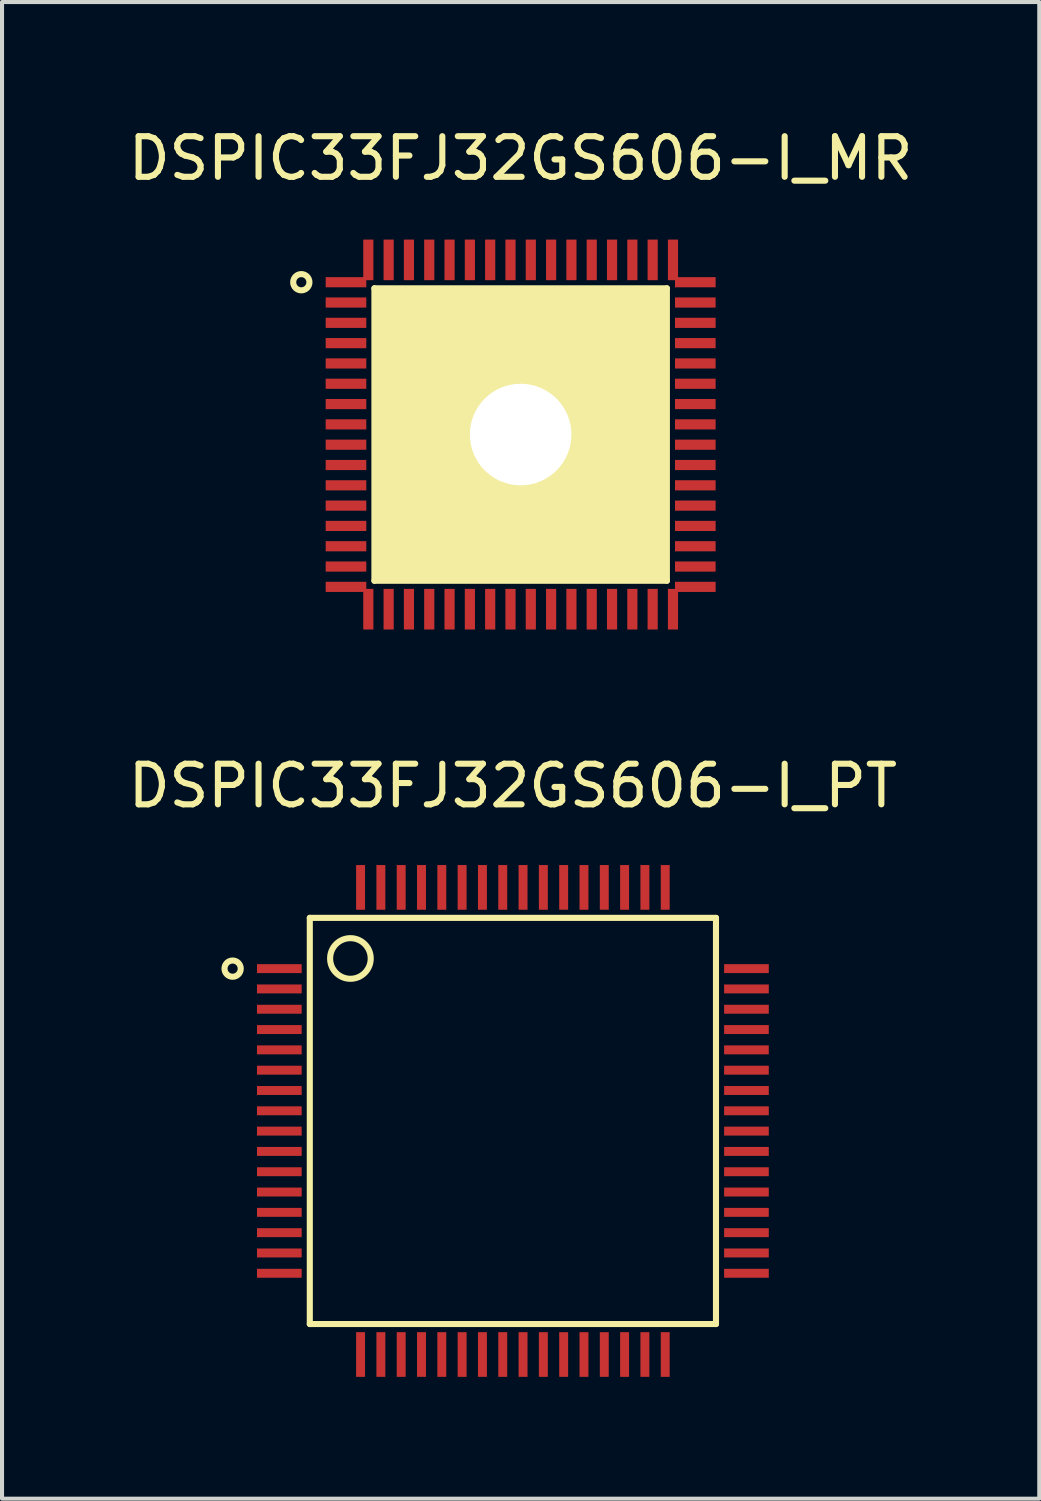
<source format=kicad_pcb>
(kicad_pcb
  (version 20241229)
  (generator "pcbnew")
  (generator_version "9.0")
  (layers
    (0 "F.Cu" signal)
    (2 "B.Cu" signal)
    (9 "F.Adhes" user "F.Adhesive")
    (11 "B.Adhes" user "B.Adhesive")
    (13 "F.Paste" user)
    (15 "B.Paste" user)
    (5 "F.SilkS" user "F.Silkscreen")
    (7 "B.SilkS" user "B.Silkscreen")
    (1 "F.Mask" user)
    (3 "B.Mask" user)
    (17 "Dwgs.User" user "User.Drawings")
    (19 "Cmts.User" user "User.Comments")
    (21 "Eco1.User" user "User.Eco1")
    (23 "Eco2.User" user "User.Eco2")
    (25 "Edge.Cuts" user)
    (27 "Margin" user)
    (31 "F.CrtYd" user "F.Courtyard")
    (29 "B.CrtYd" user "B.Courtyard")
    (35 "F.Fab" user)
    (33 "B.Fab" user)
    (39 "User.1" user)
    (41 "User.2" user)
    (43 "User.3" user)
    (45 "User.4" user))
  (footprint "DSPIC33FJ32GS606-I_PT"
    (layer "F.Cu")
    (at 3.827 18.797)
    (property "Reference" "DSPIC33FJ32GS606-I_PT" (at 5.75 -2.5 0) (layer "F.SilkS") (effects (font (size 1 1) (thickness 0.15))))
    (attr through_hole)
    (fp_line (start 0.75 0.75) (end 0.75 10.75) (stroke (width 0.15) (type solid)) (layer "F.SilkS"))
    (fp_line (start 0.75 0.75) (end 10.75 0.75) (stroke (width 0.15) (type solid)) (layer "F.SilkS"))
    (fp_line (start 0.75 10.75) (end 10.75 10.75) (stroke (width 0.15) (type solid)) (layer "F.SilkS"))
    (fp_line (start 10.75 10.75) (end 10.75 0.75) (stroke (width 0.15) (type solid)) (layer "F.SilkS"))
    (fp_circle (center -1.15 2) (end -1.15 1.8) (stroke (width 0.15) (type solid)) (fill no) (layer "F.SilkS"))
    (fp_circle (center 1.75 1.75) (end 1.75 1.25) (stroke (width 0.15) (type solid)) (fill no) (layer "F.SilkS"))
    (pad "1" smd rect (at 0 2) (size 1.1 0.22) (layers "F.Cu" "F.Mask" "F.Paste"))
    (pad "2" smd rect (at 0 2.5) (size 1.1 0.22) (layers "F.Cu" "F.Mask" "F.Paste"))
    (pad "3" smd rect (at 0 3) (size 1.1 0.22) (layers "F.Cu" "F.Mask" "F.Paste"))
    (pad "4" smd rect (at 0 3.5) (size 1.1 0.22) (layers "F.Cu" "F.Mask" "F.Paste"))
    (pad "5" smd rect (at 0 4) (size 1.1 0.22) (layers "F.Cu" "F.Mask" "F.Paste"))
    (pad "6" smd rect (at 0 4.5) (size 1.1 0.22) (layers "F.Cu" "F.Mask" "F.Paste"))
    (pad "7" smd rect (at 0 5) (size 1.1 0.22) (layers "F.Cu" "F.Mask" "F.Paste"))
    (pad "8" smd rect (at 0 5.5) (size 1.1 0.22) (layers "F.Cu" "F.Mask" "F.Paste"))
    (pad "9" smd rect (at 0 6) (size 1.1 0.22) (layers "F.Cu" "F.Mask" "F.Paste"))
    (pad "10" smd rect (at 0 6.5) (size 1.1 0.22) (layers "F.Cu" "F.Mask" "F.Paste"))
    (pad "11" smd rect (at 0 7) (size 1.1 0.22) (layers "F.Cu" "F.Mask" "F.Paste"))
    (pad "12" smd rect (at 0 7.5) (size 1.1 0.22) (layers "F.Cu" "F.Mask" "F.Paste"))
    (pad "13" smd rect (at 0 8) (size 1.1 0.22) (layers "F.Cu" "F.Mask" "F.Paste"))
    (pad "14" smd rect (at 0 8.5) (size 1.1 0.22) (layers "F.Cu" "F.Mask" "F.Paste"))
    (pad "15" smd rect (at 0 9) (size 1.1 0.22) (layers "F.Cu" "F.Mask" "F.Paste"))
    (pad "16" smd rect (at 0 9.5) (size 1.1 0.22) (layers "F.Cu" "F.Mask" "F.Paste"))
    (pad "17" smd rect (at 2 11.5) (size 0.22 1.1) (layers "F.Cu" "F.Mask" "F.Paste"))
    (pad "18" smd rect (at 2.5 11.5) (size 0.22 1.1) (layers "F.Cu" "F.Mask" "F.Paste"))
    (pad "19" smd rect (at 3 11.5) (size 0.22 1.1) (layers "F.Cu" "F.Mask" "F.Paste"))
    (pad "20" smd rect (at 3.5 11.5) (size 0.22 1.1) (layers "F.Cu" "F.Mask" "F.Paste"))
    (pad "21" smd rect (at 4 11.5) (size 0.22 1.1) (layers "F.Cu" "F.Mask" "F.Paste"))
    (pad "22" smd rect (at 4.5 11.5) (size 0.22 1.1) (layers "F.Cu" "F.Mask" "F.Paste"))
    (pad "23" smd rect (at 5 11.5) (size 0.22 1.1) (layers "F.Cu" "F.Mask" "F.Paste"))
    (pad "24" smd rect (at 5.5 11.5) (size 0.22 1.1) (layers "F.Cu" "F.Mask" "F.Paste"))
    (pad "25" smd rect (at 6 11.5) (size 0.22 1.1) (layers "F.Cu" "F.Mask" "F.Paste"))
    (pad "26" smd rect (at 6.5 11.5) (size 0.22 1.1) (layers "F.Cu" "F.Mask" "F.Paste"))
    (pad "27" smd rect (at 7 11.5) (size 0.22 1.1) (layers "F.Cu" "F.Mask" "F.Paste"))
    (pad "28" smd rect (at 7.5 11.5) (size 0.22 1.1) (layers "F.Cu" "F.Mask" "F.Paste"))
    (pad "29" smd rect (at 8 11.5) (size 0.22 1.1) (layers "F.Cu" "F.Mask" "F.Paste"))
    (pad "30" smd rect (at 8.5 11.5) (size 0.22 1.1) (layers "F.Cu" "F.Mask" "F.Paste"))
    (pad "31" smd rect (at 9 11.5) (size 0.22 1.1) (layers "F.Cu" "F.Mask" "F.Paste"))
    (pad "32" smd rect (at 9.5 11.5) (size 0.22 1.1) (layers "F.Cu" "F.Mask" "F.Paste"))
    (pad "33" smd rect (at 11.5 9.5) (size 1.1 0.22) (layers "F.Cu" "F.Mask" "F.Paste"))
    (pad "34" smd rect (at 11.5 9) (size 1.1 0.22) (layers "F.Cu" "F.Mask" "F.Paste"))
    (pad "35" smd rect (at 11.5 8.5) (size 1.1 0.22) (layers "F.Cu" "F.Mask" "F.Paste"))
    (pad "36" smd rect (at 11.5 8) (size 1.1 0.22) (layers "F.Cu" "F.Mask" "F.Paste"))
    (pad "37" smd rect (at 11.5 7.5) (size 1.1 0.22) (layers "F.Cu" "F.Mask" "F.Paste"))
    (pad "38" smd rect (at 11.5 7) (size 1.1 0.22) (layers "F.Cu" "F.Mask" "F.Paste"))
    (pad "39" smd rect (at 11.5 6.5) (size 1.1 0.22) (layers "F.Cu" "F.Mask" "F.Paste"))
    (pad "40" smd rect (at 11.5 6) (size 1.1 0.22) (layers "F.Cu" "F.Mask" "F.Paste"))
    (pad "41" smd rect (at 11.5 5.5) (size 1.1 0.22) (layers "F.Cu" "F.Mask" "F.Paste"))
    (pad "42" smd rect (at 11.5 5) (size 1.1 0.22) (layers "F.Cu" "F.Mask" "F.Paste"))
    (pad "43" smd rect (at 11.5 4.5) (size 1.1 0.22) (layers "F.Cu" "F.Mask" "F.Paste"))
    (pad "44" smd rect (at 11.5 4) (size 1.1 0.22) (layers "F.Cu" "F.Mask" "F.Paste"))
    (pad "45" smd rect (at 11.5 3.5) (size 1.1 0.22) (layers "F.Cu" "F.Mask" "F.Paste"))
    (pad "46" smd rect (at 11.5 3) (size 1.1 0.22) (layers "F.Cu" "F.Mask" "F.Paste"))
    (pad "47" smd rect (at 11.5 2.5) (size 1.1 0.22) (layers "F.Cu" "F.Mask" "F.Paste"))
    (pad "48" smd rect (at 11.5 2) (size 1.1 0.22) (layers "F.Cu" "F.Mask" "F.Paste"))
    (pad "49" smd rect (at 9.5 0) (size 0.22 1.1) (layers "F.Cu" "F.Mask" "F.Paste"))
    (pad "50" smd rect (at 9 0) (size 0.22 1.1) (layers "F.Cu" "F.Mask" "F.Paste"))
    (pad "51" smd rect (at 8.5 0) (size 0.22 1.1) (layers "F.Cu" "F.Mask" "F.Paste"))
    (pad "52" smd rect (at 8 0) (size 0.22 1.1) (layers "F.Cu" "F.Mask" "F.Paste"))
    (pad "53" smd rect (at 7.5 0) (size 0.22 1.1) (layers "F.Cu" "F.Mask" "F.Paste"))
    (pad "54" smd rect (at 7 0) (size 0.22 1.1) (layers "F.Cu" "F.Mask" "F.Paste"))
    (pad "55" smd rect (at 6.5 0) (size 0.22 1.1) (layers "F.Cu" "F.Mask" "F.Paste"))
    (pad "56" smd rect (at 6 0) (size 0.22 1.1) (layers "F.Cu" "F.Mask" "F.Paste"))
    (pad "57" smd rect (at 5.5 0) (size 0.22 1.1) (layers "F.Cu" "F.Mask" "F.Paste"))
    (pad "58" smd rect (at 5 0) (size 0.22 1.1) (layers "F.Cu" "F.Mask" "F.Paste"))
    (pad "59" smd rect (at 4.5 0) (size 0.22 1.1) (layers "F.Cu" "F.Mask" "F.Paste"))
    (pad "60" smd rect (at 4 0) (size 0.22 1.1) (layers "F.Cu" "F.Mask" "F.Paste"))
    (pad "61" smd rect (at 3.5 0) (size 0.22 1.1) (layers "F.Cu" "F.Mask" "F.Paste"))
    (pad "62" smd rect (at 3 0) (size 0.22 1.1) (layers "F.Cu" "F.Mask" "F.Paste"))
    (pad "63" smd rect (at 2.5 0) (size 0.22 1.1) (layers "F.Cu" "F.Mask" "F.Paste"))
    (pad "64" smd rect (at 2 0) (size 0.22 1.1) (layers "F.Cu" "F.Mask" "F.Paste")))
  (footprint "DSPIC33FJ32GS606-I_MR"
    (layer "F.Cu")
    (at 5.468 3.348)
    (property "Reference" "DSPIC33FJ32GS606-I_MR" (at 4.3 -2.5 0) (layer "F.SilkS") (effects (font (size 1 1) (thickness 0.15))))
    (attr through_hole)
    (fp_line (start 0.7 0.7) (end 0.7 7.9) (stroke (width 0.15) (type solid)) (layer "F.SilkS"))
    (fp_line (start 0.7 0.7) (end 7.9 0.7) (stroke (width 0.15) (type solid)) (layer "F.SilkS"))
    (fp_line (start 0.7 7.9) (end 7.9 7.9) (stroke (width 0.15) (type solid)) (layer "F.SilkS"))
    (fp_line (start 7.9 7.9) (end 7.9 0.7) (stroke (width 0.15) (type solid)) (layer "F.SilkS"))
    (fp_circle (center -1.1 0.55) (end -1.1 0.35) (stroke (width 0.15) (type solid)) (fill no) (layer "F.SilkS"))
    (fp_circle (center 1.7 1.7) (end 1.7 1.2) (stroke (width 0.15) (type solid)) (fill no) (layer "F.SilkS"))
    (pad "1" smd rect (at 0 0.55) (size 1 0.25) (layers "F.Cu" "F.Mask" "F.Paste"))
    (pad "2" smd rect (at 0 1.05) (size 1 0.25) (layers "F.Cu" "F.Mask" "F.Paste"))
    (pad "3" smd rect (at 0 1.55) (size 1 0.25) (layers "F.Cu" "F.Mask" "F.Paste"))
    (pad "4" smd rect (at 0 2.05) (size 1 0.25) (layers "F.Cu" "F.Mask" "F.Paste"))
    (pad "5" smd rect (at 0 2.55) (size 1 0.25) (layers "F.Cu" "F.Mask" "F.Paste"))
    (pad "6" smd rect (at 0 3.05) (size 1 0.25) (layers "F.Cu" "F.Mask" "F.Paste"))
    (pad "7" smd rect (at 0 3.55) (size 1 0.25) (layers "F.Cu" "F.Mask" "F.Paste"))
    (pad "8" smd rect (at 0 4.05) (size 1 0.25) (layers "F.Cu" "F.Mask" "F.Paste"))
    (pad "9" smd rect (at 0 4.55) (size 1 0.25) (layers "F.Cu" "F.Mask" "F.Paste"))
    (pad "10" smd rect (at 0 5.05) (size 1 0.25) (layers "F.Cu" "F.Mask" "F.Paste"))
    (pad "11" smd rect (at 0 5.55) (size 1 0.25) (layers "F.Cu" "F.Mask" "F.Paste"))
    (pad "12" smd rect (at 0 6.05) (size 1 0.25) (layers "F.Cu" "F.Mask" "F.Paste"))
    (pad "13" smd rect (at 0 6.55) (size 1 0.25) (layers "F.Cu" "F.Mask" "F.Paste"))
    (pad "14" smd rect (at 0 7.05) (size 1 0.25) (layers "F.Cu" "F.Mask" "F.Paste"))
    (pad "15" smd rect (at 0 7.55) (size 1 0.25) (layers "F.Cu" "F.Mask" "F.Paste"))
    (pad "16" smd rect (at 0 8.05) (size 1 0.25) (layers "F.Cu" "F.Mask" "F.Paste"))
    (pad "17" smd rect (at 0.55 8.6) (size 0.25 1) (layers "F.Cu" "F.Mask" "F.Paste"))
    (pad "18" smd rect (at 1.05 8.6) (size 0.25 1) (layers "F.Cu" "F.Mask" "F.Paste"))
    (pad "19" smd rect (at 1.55 8.6) (size 0.25 1) (layers "F.Cu" "F.Mask" "F.Paste"))
    (pad "20" smd rect (at 2.05 8.6) (size 0.25 1) (layers "F.Cu" "F.Mask" "F.Paste"))
    (pad "21" smd rect (at 2.55 8.6) (size 0.25 1) (layers "F.Cu" "F.Mask" "F.Paste"))
    (pad "22" smd rect (at 3.05 8.6) (size 0.25 1) (layers "F.Cu" "F.Mask" "F.Paste"))
    (pad "23" smd rect (at 3.55 8.6) (size 0.25 1) (layers "F.Cu" "F.Mask" "F.Paste"))
    (pad "24" smd rect (at 4.05 8.6) (size 0.25 1) (layers "F.Cu" "F.Mask" "F.Paste"))
    (pad "25" smd rect (at 4.55 8.6) (size 0.25 1) (layers "F.Cu" "F.Mask" "F.Paste"))
    (pad "26" smd rect (at 5.05 8.6) (size 0.25 1) (layers "F.Cu" "F.Mask" "F.Paste"))
    (pad "27" smd rect (at 5.55 8.6) (size 0.25 1) (layers "F.Cu" "F.Mask" "F.Paste"))
    (pad "28" smd rect (at 6.05 8.6) (size 0.25 1) (layers "F.Cu" "F.Mask" "F.Paste"))
    (pad "29" smd rect (at 6.55 8.6) (size 0.25 1) (layers "F.Cu" "F.Mask" "F.Paste"))
    (pad "30" smd rect (at 7.05 8.6) (size 0.25 1) (layers "F.Cu" "F.Mask" "F.Paste"))
    (pad "31" smd rect (at 7.55 8.6) (size 0.25 1) (layers "F.Cu" "F.Mask" "F.Paste"))
    (pad "32" smd rect (at 8.05 8.6) (size 0.25 1) (layers "F.Cu" "F.Mask" "F.Paste"))
    (pad "33" smd rect (at 8.6 8.05) (size 1 0.25) (layers "F.Cu" "F.Mask" "F.Paste"))
    (pad "34" smd rect (at 8.6 7.55) (size 1 0.25) (layers "F.Cu" "F.Mask" "F.Paste"))
    (pad "35" smd rect (at 8.6 7.05) (size 1 0.25) (layers "F.Cu" "F.Mask" "F.Paste"))
    (pad "36" smd rect (at 8.6 6.55) (size 1 0.25) (layers "F.Cu" "F.Mask" "F.Paste"))
    (pad "37" smd rect (at 8.6 6.05) (size 1 0.25) (layers "F.Cu" "F.Mask" "F.Paste"))
    (pad "38" smd rect (at 8.6 5.55) (size 1 0.25) (layers "F.Cu" "F.Mask" "F.Paste"))
    (pad "39" smd rect (at 8.6 5.05) (size 1 0.25) (layers "F.Cu" "F.Mask" "F.Paste"))
    (pad "40" smd rect (at 8.6 4.55) (size 1 0.25) (layers "F.Cu" "F.Mask" "F.Paste"))
    (pad "41" smd rect (at 8.6 4.05) (size 1 0.25) (layers "F.Cu" "F.Mask" "F.Paste"))
    (pad "42" smd rect (at 8.6 3.55) (size 1 0.25) (layers "F.Cu" "F.Mask" "F.Paste"))
    (pad "43" smd rect (at 8.6 3.05) (size 1 0.25) (layers "F.Cu" "F.Mask" "F.Paste"))
    (pad "44" smd rect (at 8.6 2.55) (size 1 0.25) (layers "F.Cu" "F.Mask" "F.Paste"))
    (pad "45" smd rect (at 8.6 2.05) (size 1 0.25) (layers "F.Cu" "F.Mask" "F.Paste"))
    (pad "46" smd rect (at 8.6 1.55) (size 1 0.25) (layers "F.Cu" "F.Mask" "F.Paste"))
    (pad "47" smd rect (at 8.6 1.05) (size 1 0.25) (layers "F.Cu" "F.Mask" "F.Paste"))
    (pad "48" smd rect (at 8.6 0.55) (size 1 0.25) (layers "F.Cu" "F.Mask" "F.Paste"))
    (pad "49" smd rect (at 8.05 0) (size 0.25 1) (layers "F.Cu" "F.Mask" "F.Paste"))
    (pad "50" smd rect (at 7.55 0) (size 0.25 1) (layers "F.Cu" "F.Mask" "F.Paste"))
    (pad "51" smd rect (at 7.05 0) (size 0.25 1) (layers "F.Cu" "F.Mask" "F.Paste"))
    (pad "52" smd rect (at 6.55 0) (size 0.25 1) (layers "F.Cu" "F.Mask" "F.Paste"))
    (pad "53" smd rect (at 6.05 0) (size 0.25 1) (layers "F.Cu" "F.Mask" "F.Paste"))
    (pad "54" smd rect (at 5.55 0) (size 0.25 1) (layers "F.Cu" "F.Mask" "F.Paste"))
    (pad "55" smd rect (at 5.05 0) (size 0.25 1) (layers "F.Cu" "F.Mask" "F.Paste"))
    (pad "56" smd rect (at 4.55 0) (size 0.25 1) (layers "F.Cu" "F.Mask" "F.Paste"))
    (pad "57" smd rect (at 4.05 0) (size 0.25 1) (layers "F.Cu" "F.Mask" "F.Paste"))
    (pad "58" smd rect (at 3.55 0) (size 0.25 1) (layers "F.Cu" "F.Mask" "F.Paste"))
    (pad "59" smd rect (at 3.05 0) (size 0.25 1) (layers "F.Cu" "F.Mask" "F.Paste"))
    (pad "60" smd rect (at 2.55 0) (size 0.25 1) (layers "F.Cu" "F.Mask" "F.Paste"))
    (pad "61" smd rect (at 2.05 0) (size 0.25 1) (layers "F.Cu" "F.Mask" "F.Paste"))
    (pad "62" smd rect (at 1.55 0) (size 0.25 1) (layers "F.Cu" "F.Mask" "F.Paste"))
    (pad "63" smd rect (at 1.05 0) (size 0.25 1) (layers "F.Cu" "F.Mask" "F.Paste"))
    (pad "64" smd rect (at 0.55 0) (size 0.25 1) (layers "F.Cu" "F.Mask" "F.Paste"))
    (pad "999" thru_hole rect (at 4.3 4.3) (size 7.15 7.15) (drill 2.5) (layers "*.Cu" "*.Mask" "F.SilkS")))
  (gr_rect
    (start -3 -3)
    (end 22.536 33.846)
    (stroke (width 0.1) (type default))
    (fill no)
    (layer "Edge.Cuts")))
</source>
